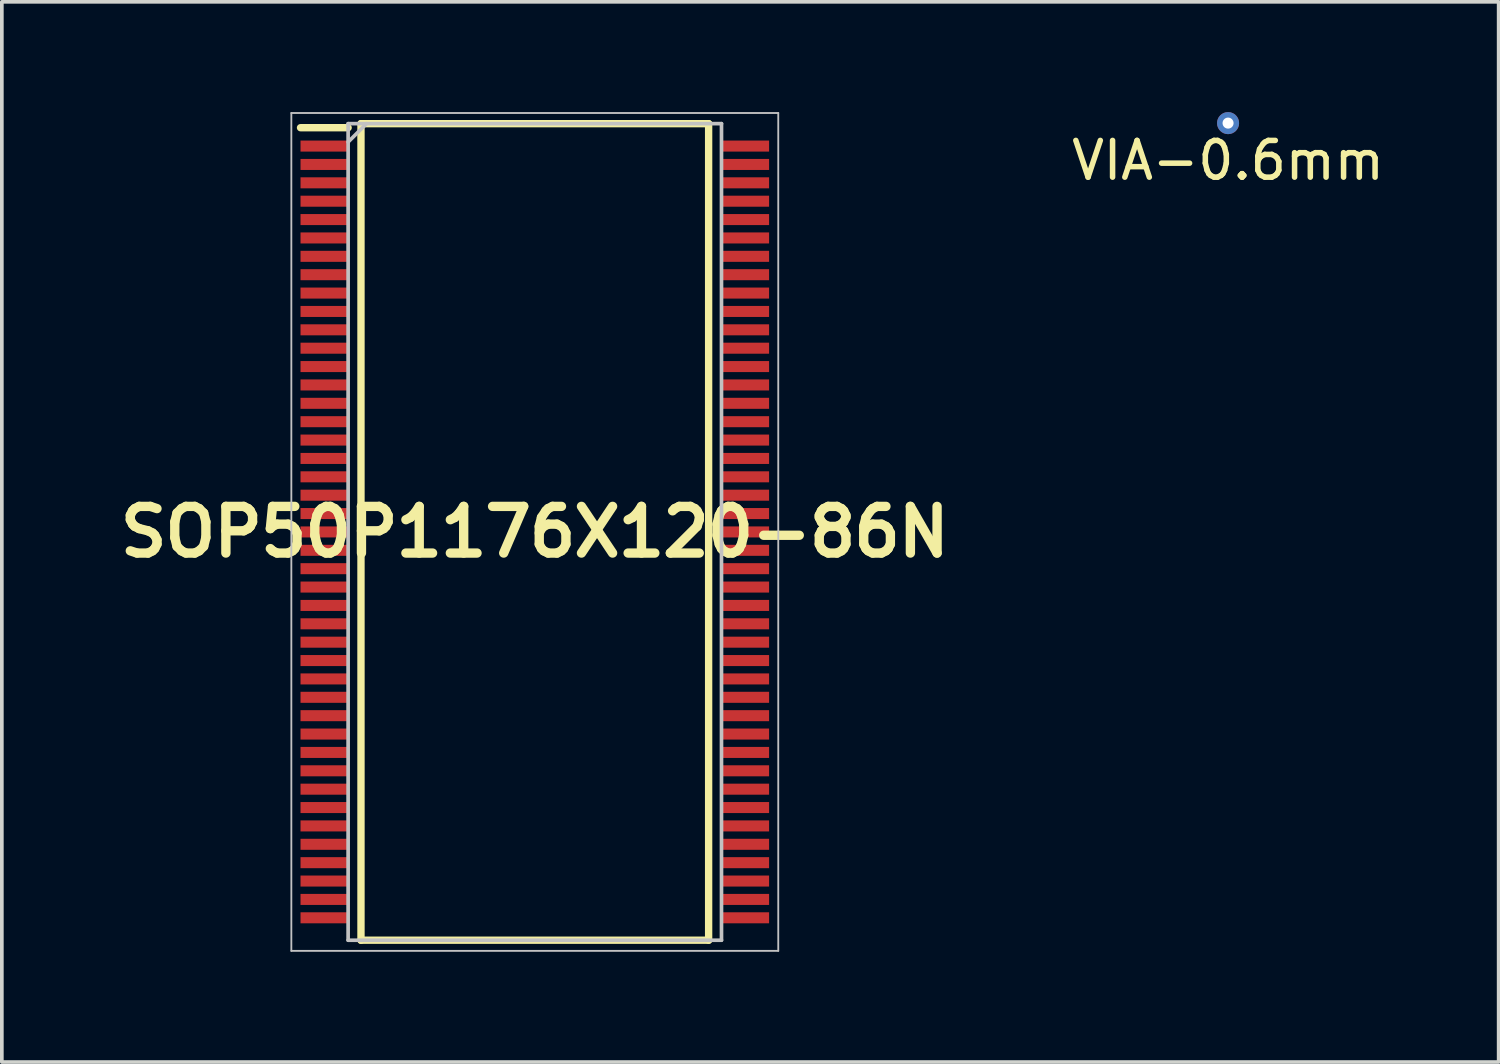
<source format=kicad_pcb>
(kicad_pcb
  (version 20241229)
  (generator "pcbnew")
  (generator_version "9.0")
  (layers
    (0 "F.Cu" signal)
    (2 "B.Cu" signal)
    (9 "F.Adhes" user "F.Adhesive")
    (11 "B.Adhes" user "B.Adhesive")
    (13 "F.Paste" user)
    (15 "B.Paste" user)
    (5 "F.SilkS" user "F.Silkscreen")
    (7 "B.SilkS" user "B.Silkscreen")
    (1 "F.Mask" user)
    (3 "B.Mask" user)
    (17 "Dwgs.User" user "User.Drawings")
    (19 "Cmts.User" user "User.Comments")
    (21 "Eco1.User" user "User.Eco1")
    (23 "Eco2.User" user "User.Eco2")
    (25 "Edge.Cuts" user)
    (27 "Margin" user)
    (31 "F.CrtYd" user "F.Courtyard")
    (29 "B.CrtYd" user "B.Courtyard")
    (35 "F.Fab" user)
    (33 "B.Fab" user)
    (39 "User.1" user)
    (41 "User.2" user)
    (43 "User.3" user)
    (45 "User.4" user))
  (footprint "SOP50P1176X120-86N"
    (layer "F.Cu")
    (at 11.503 11.425)
    (property "Reference" "SOP50P1176X120-86N" (at 0 0 0) (layer "F.SilkS") (effects (font (size 1.27 1.27) (thickness 0.254))))
    (attr smd)
    (fp_line (start -6.375 -11) (end -5.08 -11) (stroke (width 0.2) (type solid)) (layer "F.SilkS"))
    (fp_line (start -4.73 -11.11) (end 4.73 -11.11) (stroke (width 0.2) (type solid)) (layer "F.SilkS"))
    (fp_line (start -4.73 11.11) (end -4.73 -11.11) (stroke (width 0.2) (type solid)) (layer "F.SilkS"))
    (fp_line (start 4.73 -11.11) (end 4.73 11.11) (stroke (width 0.2) (type solid)) (layer "F.SilkS"))
    (fp_line (start 4.73 11.11) (end -4.73 11.11) (stroke (width 0.2) (type solid)) (layer "F.SilkS"))
    (fp_line (start -6.625 -11.4) (end 6.625 -11.4) (stroke (width 0.05) (type solid)) (layer "Dwgs.User"))
    (fp_line (start -6.625 11.4) (end -6.625 -11.4) (stroke (width 0.05) (type solid)) (layer "Dwgs.User"))
    (fp_line (start -5.08 -11.11) (end 5.08 -11.11) (stroke (width 0.1) (type solid)) (layer "Dwgs.User"))
    (fp_line (start -5.08 -10.61) (end -4.58 -11.11) (stroke (width 0.1) (type solid)) (layer "Dwgs.User"))
    (fp_line (start -5.08 11.11) (end -5.08 -11.11) (stroke (width 0.1) (type solid)) (layer "Dwgs.User"))
    (fp_line (start 5.08 -11.11) (end 5.08 11.11) (stroke (width 0.1) (type solid)) (layer "Dwgs.User"))
    (fp_line (start 5.08 11.11) (end -5.08 11.11) (stroke (width 0.1) (type solid)) (layer "Dwgs.User"))
    (fp_line (start 6.625 -11.4) (end 6.625 11.4) (stroke (width 0.05) (type solid)) (layer "Dwgs.User"))
    (fp_line (start 6.625 11.4) (end -6.625 11.4) (stroke (width 0.05) (type solid)) (layer "Dwgs.User"))
    (pad "1" smd rect (at -5.728 -10.5 90) (size 0.3 1.295) (layers "F.Cu" "F.Mask" "F.Paste"))
    (pad "2" smd rect (at -5.728 -10 90) (size 0.3 1.295) (layers "F.Cu" "F.Mask" "F.Paste"))
    (pad "3" smd rect (at -5.728 -9.5 90) (size 0.3 1.295) (layers "F.Cu" "F.Mask" "F.Paste"))
    (pad "4" smd rect (at -5.728 -9 90) (size 0.3 1.295) (layers "F.Cu" "F.Mask" "F.Paste"))
    (pad "5" smd rect (at -5.728 -8.5 90) (size 0.3 1.295) (layers "F.Cu" "F.Mask" "F.Paste"))
    (pad "6" smd rect (at -5.728 -8 90) (size 0.3 1.295) (layers "F.Cu" "F.Mask" "F.Paste"))
    (pad "7" smd rect (at -5.728 -7.5 90) (size 0.3 1.295) (layers "F.Cu" "F.Mask" "F.Paste"))
    (pad "8" smd rect (at -5.728 -7 90) (size 0.3 1.295) (layers "F.Cu" "F.Mask" "F.Paste"))
    (pad "9" smd rect (at -5.728 -6.5 90) (size 0.3 1.295) (layers "F.Cu" "F.Mask" "F.Paste"))
    (pad "10" smd rect (at -5.728 -6 90) (size 0.3 1.295) (layers "F.Cu" "F.Mask" "F.Paste"))
    (pad "11" smd rect (at -5.728 -5.5 90) (size 0.3 1.295) (layers "F.Cu" "F.Mask" "F.Paste"))
    (pad "12" smd rect (at -5.728 -5 90) (size 0.3 1.295) (layers "F.Cu" "F.Mask" "F.Paste"))
    (pad "13" smd rect (at -5.728 -4.5 90) (size 0.3 1.295) (layers "F.Cu" "F.Mask" "F.Paste"))
    (pad "14" smd rect (at -5.728 -4 90) (size 0.3 1.295) (layers "F.Cu" "F.Mask" "F.Paste"))
    (pad "15" smd rect (at -5.728 -3.5 90) (size 0.3 1.295) (layers "F.Cu" "F.Mask" "F.Paste"))
    (pad "16" smd rect (at -5.728 -3 90) (size 0.3 1.295) (layers "F.Cu" "F.Mask" "F.Paste"))
    (pad "17" smd rect (at -5.728 -2.5 90) (size 0.3 1.295) (layers "F.Cu" "F.Mask" "F.Paste"))
    (pad "18" smd rect (at -5.728 -2 90) (size 0.3 1.295) (layers "F.Cu" "F.Mask" "F.Paste"))
    (pad "19" smd rect (at -5.728 -1.5 90) (size 0.3 1.295) (layers "F.Cu" "F.Mask" "F.Paste"))
    (pad "20" smd rect (at -5.728 -1 90) (size 0.3 1.295) (layers "F.Cu" "F.Mask" "F.Paste"))
    (pad "21" smd rect (at -5.728 -0.5 90) (size 0.3 1.295) (layers "F.Cu" "F.Mask" "F.Paste"))
    (pad "22" smd rect (at -5.728 0 90) (size 0.3 1.295) (layers "F.Cu" "F.Mask" "F.Paste"))
    (pad "23" smd rect (at -5.728 0.5 90) (size 0.3 1.295) (layers "F.Cu" "F.Mask" "F.Paste"))
    (pad "24" smd rect (at -5.728 1 90) (size 0.3 1.295) (layers "F.Cu" "F.Mask" "F.Paste"))
    (pad "25" smd rect (at -5.728 1.5 90) (size 0.3 1.295) (layers "F.Cu" "F.Mask" "F.Paste"))
    (pad "26" smd rect (at -5.728 2 90) (size 0.3 1.295) (layers "F.Cu" "F.Mask" "F.Paste"))
    (pad "27" smd rect (at -5.728 2.5 90) (size 0.3 1.295) (layers "F.Cu" "F.Mask" "F.Paste"))
    (pad "28" smd rect (at -5.728 3 90) (size 0.3 1.295) (layers "F.Cu" "F.Mask" "F.Paste"))
    (pad "29" smd rect (at -5.728 3.5 90) (size 0.3 1.295) (layers "F.Cu" "F.Mask" "F.Paste"))
    (pad "30" smd rect (at -5.728 4 90) (size 0.3 1.295) (layers "F.Cu" "F.Mask" "F.Paste"))
    (pad "31" smd rect (at -5.728 4.5 90) (size 0.3 1.295) (layers "F.Cu" "F.Mask" "F.Paste"))
    (pad "32" smd rect (at -5.728 5 90) (size 0.3 1.295) (layers "F.Cu" "F.Mask" "F.Paste"))
    (pad "33" smd rect (at -5.728 5.5 90) (size 0.3 1.295) (layers "F.Cu" "F.Mask" "F.Paste"))
    (pad "34" smd rect (at -5.728 6 90) (size 0.3 1.295) (layers "F.Cu" "F.Mask" "F.Paste"))
    (pad "35" smd rect (at -5.728 6.5 90) (size 0.3 1.295) (layers "F.Cu" "F.Mask" "F.Paste"))
    (pad "36" smd rect (at -5.728 7 90) (size 0.3 1.295) (layers "F.Cu" "F.Mask" "F.Paste"))
    (pad "37" smd rect (at -5.728 7.5 90) (size 0.3 1.295) (layers "F.Cu" "F.Mask" "F.Paste"))
    (pad "38" smd rect (at -5.728 8 90) (size 0.3 1.295) (layers "F.Cu" "F.Mask" "F.Paste"))
    (pad "39" smd rect (at -5.728 8.5 90) (size 0.3 1.295) (layers "F.Cu" "F.Mask" "F.Paste"))
    (pad "40" smd rect (at -5.728 9 90) (size 0.3 1.295) (layers "F.Cu" "F.Mask" "F.Paste"))
    (pad "41" smd rect (at -5.728 9.5 90) (size 0.3 1.295) (layers "F.Cu" "F.Mask" "F.Paste"))
    (pad "42" smd rect (at -5.728 10 90) (size 0.3 1.295) (layers "F.Cu" "F.Mask" "F.Paste"))
    (pad "43" smd rect (at -5.728 10.5 90) (size 0.3 1.295) (layers "F.Cu" "F.Mask" "F.Paste"))
    (pad "44" smd rect (at 5.728 10.5 90) (size 0.3 1.295) (layers "F.Cu" "F.Mask" "F.Paste"))
    (pad "45" smd rect (at 5.728 10 90) (size 0.3 1.295) (layers "F.Cu" "F.Mask" "F.Paste"))
    (pad "46" smd rect (at 5.728 9.5 90) (size 0.3 1.295) (layers "F.Cu" "F.Mask" "F.Paste"))
    (pad "47" smd rect (at 5.728 9 90) (size 0.3 1.295) (layers "F.Cu" "F.Mask" "F.Paste"))
    (pad "48" smd rect (at 5.728 8.5 90) (size 0.3 1.295) (layers "F.Cu" "F.Mask" "F.Paste"))
    (pad "49" smd rect (at 5.728 8 90) (size 0.3 1.295) (layers "F.Cu" "F.Mask" "F.Paste"))
    (pad "50" smd rect (at 5.728 7.5 90) (size 0.3 1.295) (layers "F.Cu" "F.Mask" "F.Paste"))
    (pad "51" smd rect (at 5.728 7 90) (size 0.3 1.295) (layers "F.Cu" "F.Mask" "F.Paste"))
    (pad "52" smd rect (at 5.728 6.5 90) (size 0.3 1.295) (layers "F.Cu" "F.Mask" "F.Paste"))
    (pad "53" smd rect (at 5.728 6 90) (size 0.3 1.295) (layers "F.Cu" "F.Mask" "F.Paste"))
    (pad "54" smd rect (at 5.728 5.5 90) (size 0.3 1.295) (layers "F.Cu" "F.Mask" "F.Paste"))
    (pad "55" smd rect (at 5.728 5 90) (size 0.3 1.295) (layers "F.Cu" "F.Mask" "F.Paste"))
    (pad "56" smd rect (at 5.728 4.5 90) (size 0.3 1.295) (layers "F.Cu" "F.Mask" "F.Paste"))
    (pad "57" smd rect (at 5.728 4 90) (size 0.3 1.295) (layers "F.Cu" "F.Mask" "F.Paste"))
    (pad "58" smd rect (at 5.728 3.5 90) (size 0.3 1.295) (layers "F.Cu" "F.Mask" "F.Paste"))
    (pad "59" smd rect (at 5.728 3 90) (size 0.3 1.295) (layers "F.Cu" "F.Mask" "F.Paste"))
    (pad "60" smd rect (at 5.728 2.5 90) (size 0.3 1.295) (layers "F.Cu" "F.Mask" "F.Paste"))
    (pad "61" smd rect (at 5.728 2 90) (size 0.3 1.295) (layers "F.Cu" "F.Mask" "F.Paste"))
    (pad "62" smd rect (at 5.728 1.5 90) (size 0.3 1.295) (layers "F.Cu" "F.Mask" "F.Paste"))
    (pad "63" smd rect (at 5.728 1 90) (size 0.3 1.295) (layers "F.Cu" "F.Mask" "F.Paste"))
    (pad "64" smd rect (at 5.728 0.5 90) (size 0.3 1.295) (layers "F.Cu" "F.Mask" "F.Paste"))
    (pad "65" smd rect (at 5.728 0 90) (size 0.3 1.295) (layers "F.Cu" "F.Mask" "F.Paste"))
    (pad "66" smd rect (at 5.728 -0.5 90) (size 0.3 1.295) (layers "F.Cu" "F.Mask" "F.Paste"))
    (pad "67" smd rect (at 5.728 -1 90) (size 0.3 1.295) (layers "F.Cu" "F.Mask" "F.Paste"))
    (pad "68" smd rect (at 5.728 -1.5 90) (size 0.3 1.295) (layers "F.Cu" "F.Mask" "F.Paste"))
    (pad "69" smd rect (at 5.728 -2 90) (size 0.3 1.295) (layers "F.Cu" "F.Mask" "F.Paste"))
    (pad "70" smd rect (at 5.728 -2.5 90) (size 0.3 1.295) (layers "F.Cu" "F.Mask" "F.Paste"))
    (pad "71" smd rect (at 5.728 -3 90) (size 0.3 1.295) (layers "F.Cu" "F.Mask" "F.Paste"))
    (pad "72" smd rect (at 5.728 -3.5 90) (size 0.3 1.295) (layers "F.Cu" "F.Mask" "F.Paste"))
    (pad "73" smd rect (at 5.728 -4 90) (size 0.3 1.295) (layers "F.Cu" "F.Mask" "F.Paste"))
    (pad "74" smd rect (at 5.728 -4.5 90) (size 0.3 1.295) (layers "F.Cu" "F.Mask" "F.Paste"))
    (pad "75" smd rect (at 5.728 -5 90) (size 0.3 1.295) (layers "F.Cu" "F.Mask" "F.Paste"))
    (pad "76" smd rect (at 5.728 -5.5 90) (size 0.3 1.295) (layers "F.Cu" "F.Mask" "F.Paste"))
    (pad "77" smd rect (at 5.728 -6 90) (size 0.3 1.295) (layers "F.Cu" "F.Mask" "F.Paste"))
    (pad "78" smd rect (at 5.728 -6.5 90) (size 0.3 1.295) (layers "F.Cu" "F.Mask" "F.Paste"))
    (pad "79" smd rect (at 5.728 -7 90) (size 0.3 1.295) (layers "F.Cu" "F.Mask" "F.Paste"))
    (pad "80" smd rect (at 5.728 -7.5 90) (size 0.3 1.295) (layers "F.Cu" "F.Mask" "F.Paste"))
    (pad "81" smd rect (at 5.728 -8 90) (size 0.3 1.295) (layers "F.Cu" "F.Mask" "F.Paste"))
    (pad "82" smd rect (at 5.728 -8.5 90) (size 0.3 1.295) (layers "F.Cu" "F.Mask" "F.Paste"))
    (pad "83" smd rect (at 5.728 -9 90) (size 0.3 1.295) (layers "F.Cu" "F.Mask" "F.Paste"))
    (pad "84" smd rect (at 5.728 -9.5 90) (size 0.3 1.295) (layers "F.Cu" "F.Mask" "F.Paste"))
    (pad "85" smd rect (at 5.728 -10 90) (size 0.3 1.295) (layers "F.Cu" "F.Mask" "F.Paste"))
    (pad "86" smd rect (at 5.728 -10.5 90) (size 0.3 1.295) (layers "F.Cu" "F.Mask" "F.Paste")))
  (footprint "VIA-0.6mm"
    (layer "F.Cu")
    (at 30.368 0.3)
    (property "Reference" "VIA-0.6mm" (at 0 1.016 0) (layer "F.SilkS") (effects (font (size 1 1) (thickness 0.15))))
    (attr through_hole)
    (pad "1" thru_hole circle (at 0 0) (size 0.6 0.6) (drill 0.3) (layers "*.Cu")))
  (gr_rect
    (start -3 -3)
    (end 37.731 25.85)
    (stroke (width 0.1) (type default))
    (fill no)
    (layer "Edge.Cuts")))
</source>
